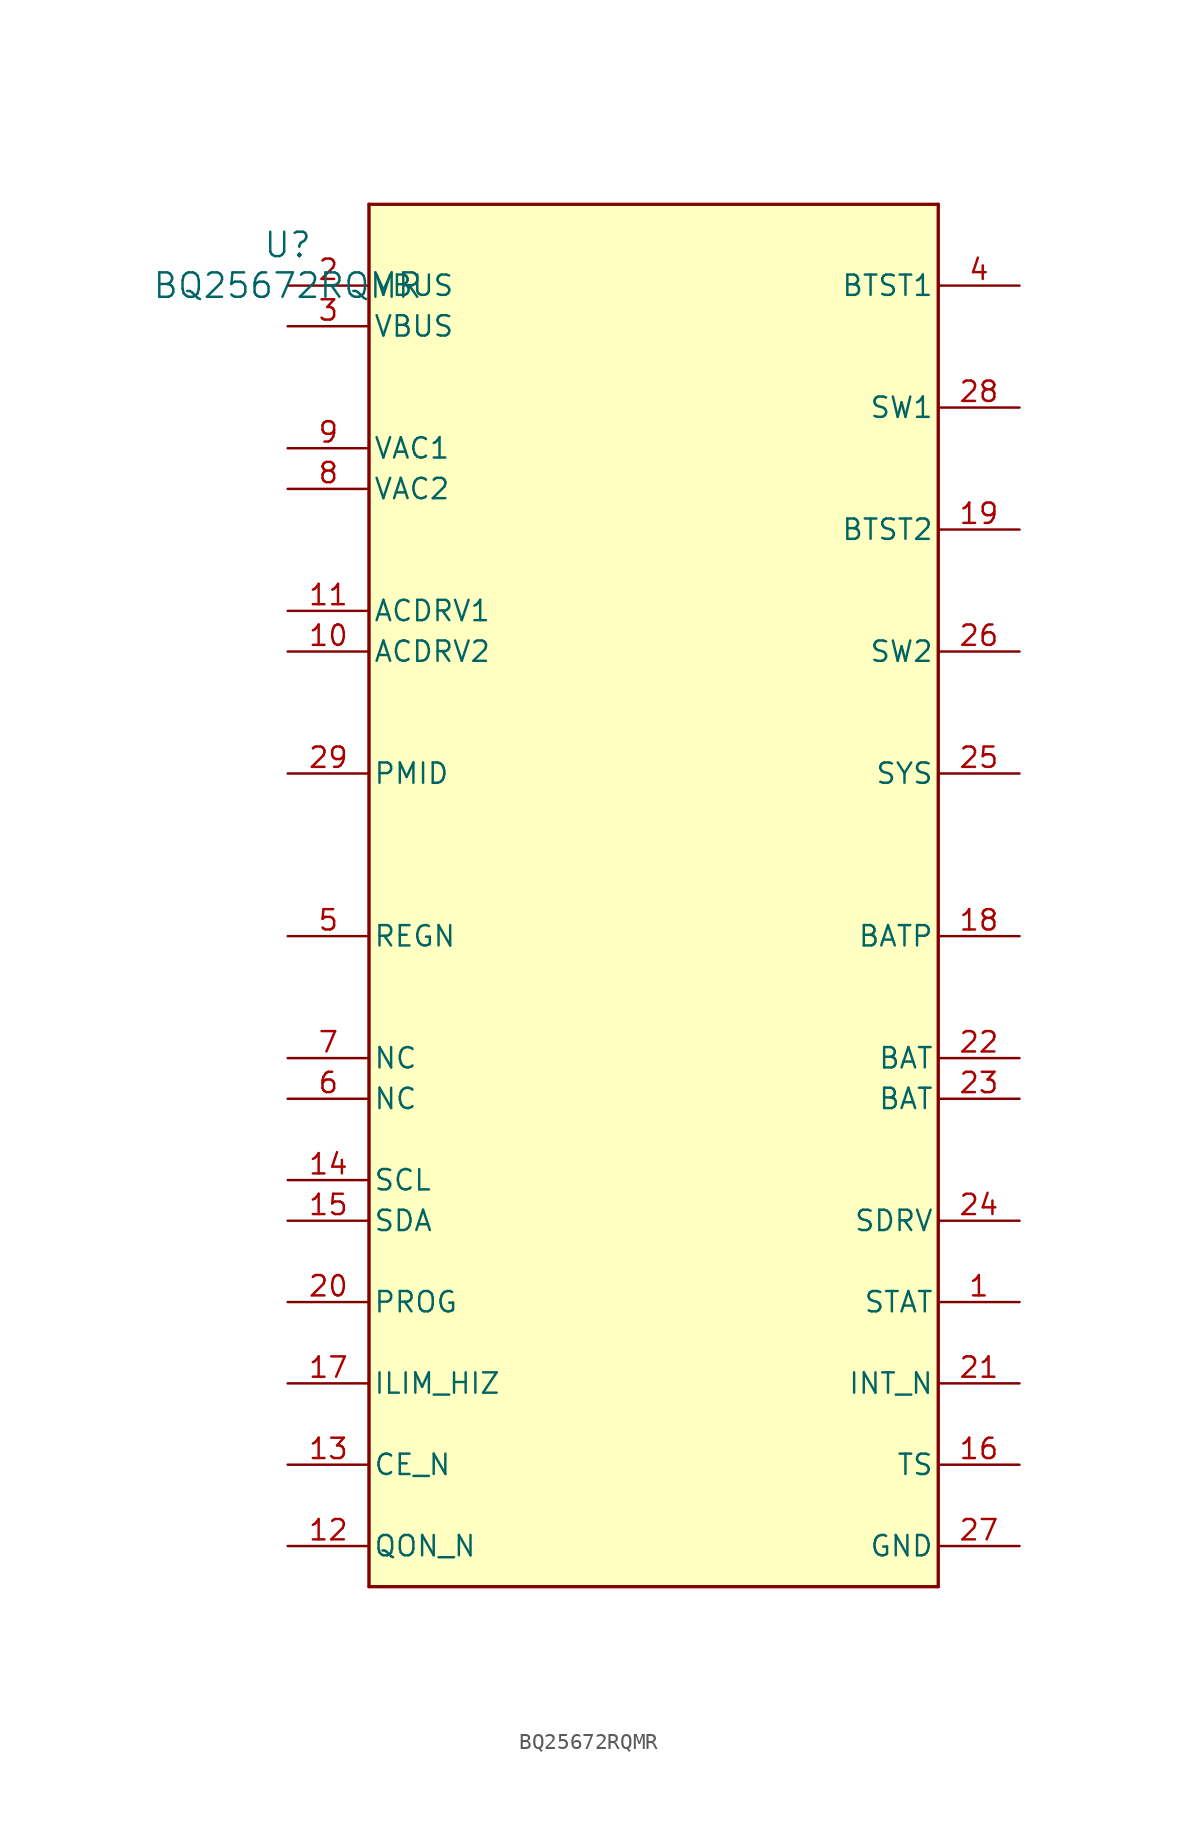
<source format=kicad_sym>
(kicad_symbol_lib
  (version 20220914)
  (generator kicad_symbol_editor)
  (symbol "BQ25672RQMR"
    (pin_names
      (offset 0.254))
    (property "Reference" "U"
      (at 0 2.54 0)
      (effects (font (size 1.524 1.524))))
    (property "Value" "BQ25672RQMR"
      (at 0 0 0)
      (effects (font (size 1.524 1.524))))
    (symbol "BQ25672RQMR_0_1"
      (polyline (pts (xy 5.08 -81.28) (xy 40.64 -81.28)) (stroke (width 0.203) (type default)) (fill (type none)))
      (polyline (pts (xy 5.08 5.08) (xy 5.08 -81.28)) (stroke (width 0.203) (type default)) (fill (type none)))
      (polyline (pts (xy 40.64 -81.28) (xy 40.64 5.08)) (stroke (width 0.203) (type default)) (fill (type none)))
      (polyline (pts (xy 40.64 5.08) (xy 5.08 5.08)) (stroke (width 0.203) (type default)) (fill (type none)))
      (pin unspecified line (at 45.72 -63.5 180) (length 5.08) (name "STAT" (effects (font (size 1.27 1.27)))) (number "1" (effects (font (size 1.27 1.27)))))
      (pin power_in line (at 0 -22.86 0) (length 5.08) (name "ACDRV2" (effects (font (size 1.27 1.27)))) (number "10" (effects (font (size 1.27 1.27)))))
      (pin power_in line (at 0 -20.32 0) (length 5.08) (name "ACDRV1" (effects (font (size 1.27 1.27)))) (number "11" (effects (font (size 1.27 1.27)))))
      (pin unspecified line (at 0 -78.74 0) (length 5.08) (name "QON_N" (effects (font (size 1.27 1.27)))) (number "12" (effects (font (size 1.27 1.27)))))
      (pin input line (at 0 -73.66 0) (length 5.08) (name "CE_N" (effects (font (size 1.27 1.27)))) (number "13" (effects (font (size 1.27 1.27)))))
      (pin input line (at 0 -55.88 0) (length 5.08) (name "SCL" (effects (font (size 1.27 1.27)))) (number "14" (effects (font (size 1.27 1.27)))))
      (pin bidirectional line (at 0 -58.42 0) (length 5.08) (name "SDA" (effects (font (size 1.27 1.27)))) (number "15" (effects (font (size 1.27 1.27)))))
      (pin unspecified line (at 45.72 -73.66 180) (length 5.08) (name "TS" (effects (font (size 1.27 1.27)))) (number "16" (effects (font (size 1.27 1.27)))))
      (pin unspecified line (at 0 -68.58 0) (length 5.08) (name "ILIM_HIZ" (effects (font (size 1.27 1.27)))) (number "17" (effects (font (size 1.27 1.27)))))
      (pin unspecified line (at 45.72 -40.64 180) (length 5.08) (name "BATP" (effects (font (size 1.27 1.27)))) (number "18" (effects (font (size 1.27 1.27)))))
      (pin unspecified line (at 45.72 -15.24 180) (length 5.08) (name "BTST2" (effects (font (size 1.27 1.27)))) (number "19" (effects (font (size 1.27 1.27)))))
      (pin power_in line (at 0 0 0) (length 5.08) (name "VBUS" (effects (font (size 1.27 1.27)))) (number "2" (effects (font (size 1.27 1.27)))))
      (pin unspecified line (at 0 -63.5 0) (length 5.08) (name "PROG" (effects (font (size 1.27 1.27)))) (number "20" (effects (font (size 1.27 1.27)))))
      (pin output line (at 45.72 -68.58 180) (length 5.08) (name "INT_N" (effects (font (size 1.27 1.27)))) (number "21" (effects (font (size 1.27 1.27)))))
      (pin unspecified line (at 45.72 -48.26 180) (length 5.08) (name "BAT" (effects (font (size 1.27 1.27)))) (number "22" (effects (font (size 1.27 1.27)))))
      (pin unspecified line (at 45.72 -50.8 180) (length 5.08) (name "BAT" (effects (font (size 1.27 1.27)))) (number "23" (effects (font (size 1.27 1.27)))))
      (pin unspecified line (at 45.72 -58.42 180) (length 5.08) (name "SDRV" (effects (font (size 1.27 1.27)))) (number "24" (effects (font (size 1.27 1.27)))))
      (pin unspecified line (at 45.72 -30.48 180) (length 5.08) (name "SYS" (effects (font (size 1.27 1.27)))) (number "25" (effects (font (size 1.27 1.27)))))
      (pin unspecified line (at 45.72 -22.86 180) (length 5.08) (name "SW2" (effects (font (size 1.27 1.27)))) (number "26" (effects (font (size 1.27 1.27)))))
      (pin power_in line (at 45.72 -78.74 180) (length 5.08) (name "GND" (effects (font (size 1.27 1.27)))) (number "27" (effects (font (size 1.27 1.27)))))
      (pin unspecified line (at 45.72 -7.62 180) (length 5.08) (name "SW1" (effects (font (size 1.27 1.27)))) (number "28" (effects (font (size 1.27 1.27)))))
      (pin unspecified line (at 0 -30.48 0) (length 5.08) (name "PMID" (effects (font (size 1.27 1.27)))) (number "29" (effects (font (size 1.27 1.27)))))
      (pin power_in line (at 0 -2.54 0) (length 5.08) (name "VBUS" (effects (font (size 1.27 1.27)))) (number "3" (effects (font (size 1.27 1.27)))))
      (pin unspecified line (at 45.72 0 180) (length 5.08) (name "BTST1" (effects (font (size 1.27 1.27)))) (number "4" (effects (font (size 1.27 1.27)))))
      (pin unspecified line (at 0 -40.64 0) (length 5.08) (name "REGN" (effects (font (size 1.27 1.27)))) (number "5" (effects (font (size 1.27 1.27)))))
      (pin unspecified line (at 0 -50.8 0) (length 5.08) (name "NC" (effects (font (size 1.27 1.27)))) (number "6" (effects (font (size 1.27 1.27)))))
      (pin unspecified line (at 0 -48.26 0) (length 5.08) (name "NC" (effects (font (size 1.27 1.27)))) (number "7" (effects (font (size 1.27 1.27)))))
      (pin power_in line (at 0 -12.7 0) (length 5.08) (name "VAC2" (effects (font (size 1.27 1.27)))) (number "8" (effects (font (size 1.27 1.27)))))
      (pin power_in line (at 0 -10.16 0) (length 5.08) (name "VAC1" (effects (font (size 1.27 1.27)))) (number "9" (effects (font (size 1.27 1.27))))))
    (symbol "BQ25672RQMR_1_1"
      (rectangle (start 5.08 5.08) (end 40.64 -81.28) (stroke (width 0) (type default)) (fill (type background))))))
</source>
